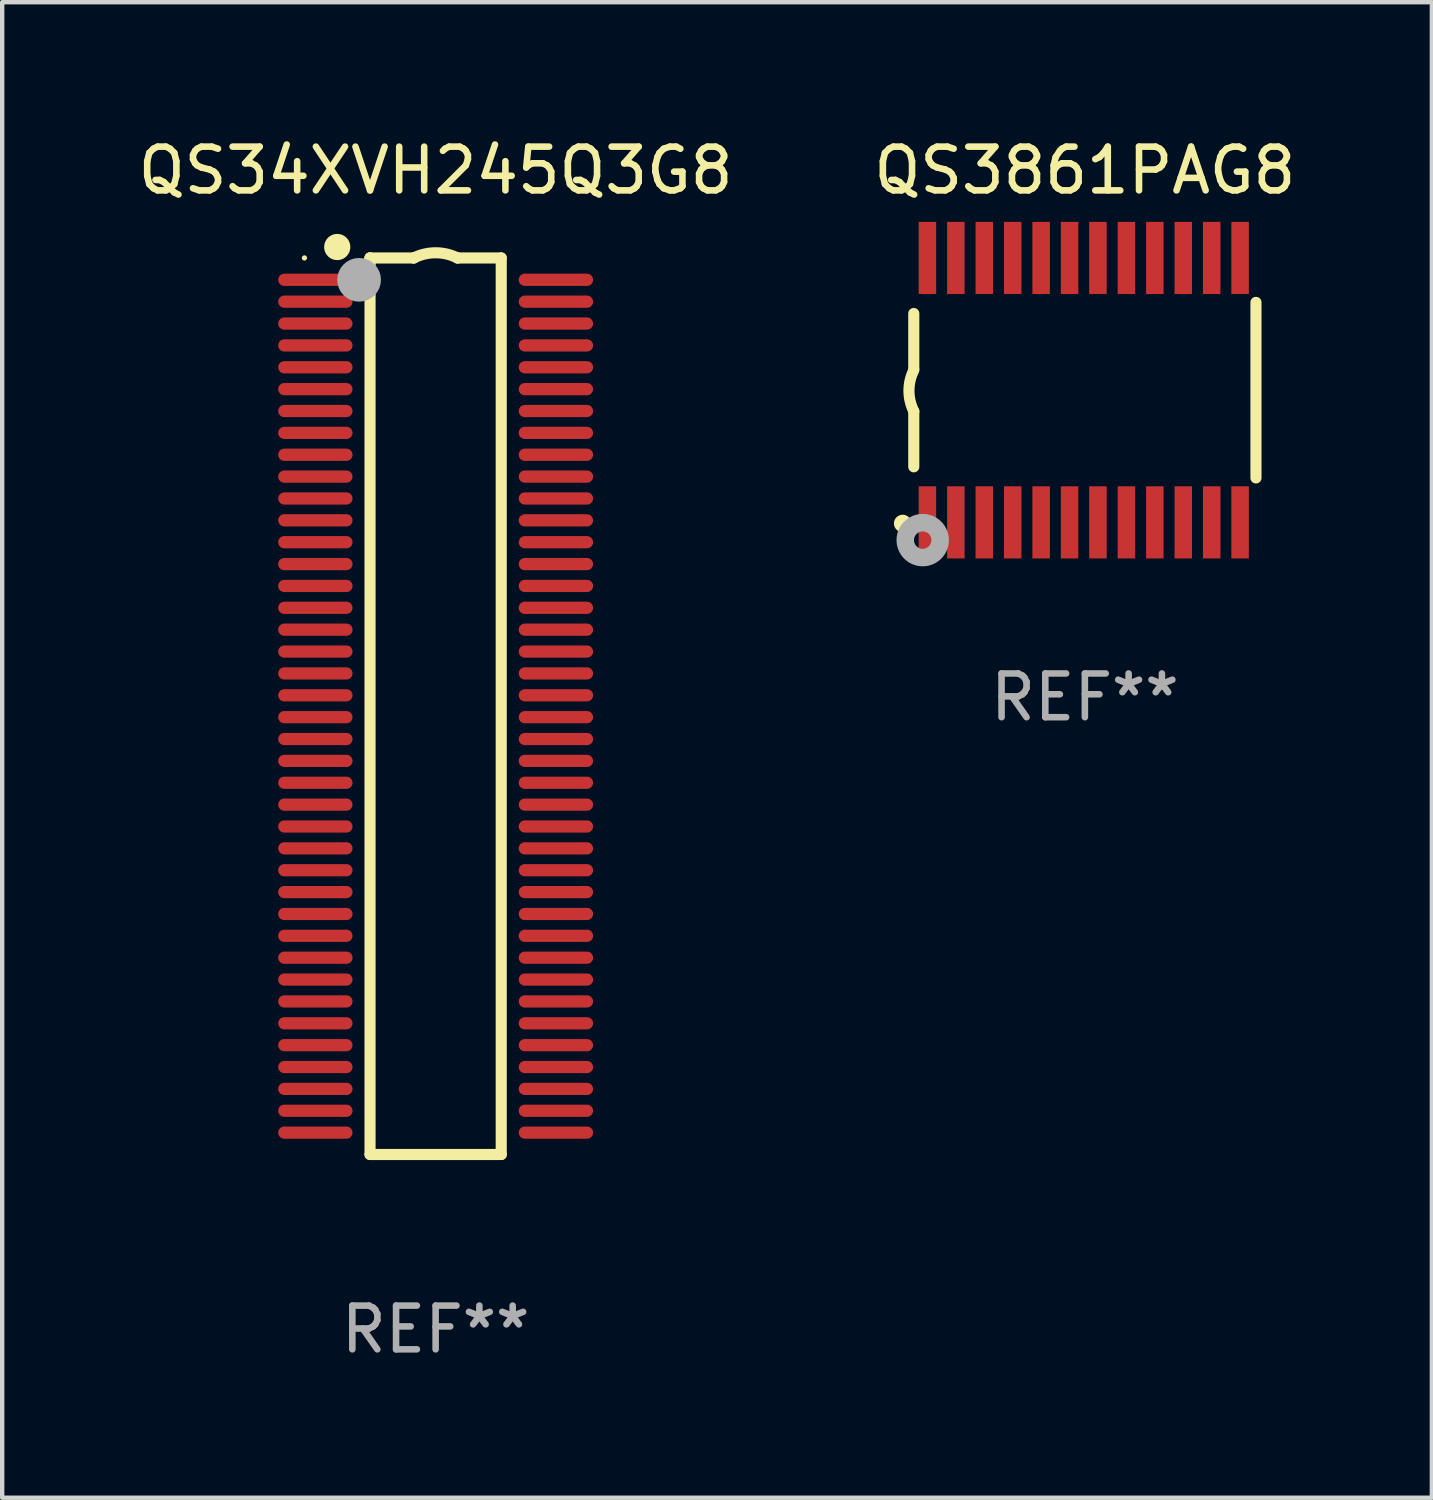
<source format=kicad_pcb>
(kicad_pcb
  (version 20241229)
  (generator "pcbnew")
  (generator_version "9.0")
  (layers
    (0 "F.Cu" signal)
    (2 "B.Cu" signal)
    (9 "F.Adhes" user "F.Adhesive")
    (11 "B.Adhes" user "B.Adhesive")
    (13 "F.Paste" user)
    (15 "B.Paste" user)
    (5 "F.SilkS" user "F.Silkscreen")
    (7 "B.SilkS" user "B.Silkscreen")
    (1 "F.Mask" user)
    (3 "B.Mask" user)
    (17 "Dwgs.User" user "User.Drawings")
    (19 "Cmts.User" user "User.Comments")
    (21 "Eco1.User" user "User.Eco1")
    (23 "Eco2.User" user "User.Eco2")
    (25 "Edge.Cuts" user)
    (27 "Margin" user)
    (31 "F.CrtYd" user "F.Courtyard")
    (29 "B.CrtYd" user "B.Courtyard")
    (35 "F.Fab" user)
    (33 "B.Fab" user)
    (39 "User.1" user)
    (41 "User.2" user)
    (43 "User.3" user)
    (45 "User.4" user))
  (footprint "QS34XVH245Q3G8"
    (layer "F.Cu")
    (at 6.911 13.098)
    (property "Reference" "QS34XVH245Q3G8" (at 0 -12.25 0) (layer "F.SilkS") (effects (font (size 1 1) (thickness 0.15))))
    (attr through_hole)
    (fp_line (start -1.5 -10.25) (end -1.5 -10.25) (stroke (width 0.254) (type solid)) (layer "F.SilkS"))
    (fp_line (start -1.5 -10.25) (end -0.5 -10.25) (stroke (width 0.254) (type solid)) (layer "F.SilkS"))
    (fp_line (start -1.5 10.25) (end -1.5 -10.25) (stroke (width 0.254) (type solid)) (layer "F.SilkS"))
    (fp_line (start -0.5 -10.25) (end -0.5 -10.25) (stroke (width 0.254) (type solid)) (layer "F.SilkS"))
    (fp_line (start 0.5 -10.25) (end 0.5 -10.25) (stroke (width 0.254) (type solid)) (layer "F.SilkS"))
    (fp_line (start 0.5 -10.25) (end 1.5 -10.25) (stroke (width 0.254) (type solid)) (layer "F.SilkS"))
    (fp_line (start 1.5 -10.25) (end 1.5 10.25) (stroke (width 0.254) (type solid)) (layer "F.SilkS"))
    (fp_line (start 1.5 10.25) (end -1.5 10.25) (stroke (width 0.254) (type solid)) (layer "F.SilkS"))
    (fp_arc (start -0.500381 -10.249962) (mid 0 -10.368126) (end 0.500381 -10.249962) (stroke (width 0.254001) (type solid)) (layer "F.SilkS"))
    (fp_circle (center -3 -10.25) (end -2.97 -10.25) (stroke (width 0.06) (type solid)) (fill no) (layer "F.SilkS"))
    (fp_circle (center -2.25 -10.5) (end -2.1 -10.5) (stroke (width 0.3) (type solid)) (fill no) (layer "F.SilkS"))
    (fp_circle (center -1.75 -9.75) (end -1.5 -9.75) (stroke (width 0.5) (type solid)) (fill no) (layer "F.Fab"))
    (fp_text user "REF**" (at 0 14.25 0) (layer "F.Fab") (effects (font (size 1 1) (thickness 0.15))))
    (pad "1" smd oval (at -2.75 -9.75 180) (size 1.7 0.28) (layers "F.Cu" "F.Mask" "F.Paste"))
    (pad "2" smd oval (at -2.75 -9.25 180) (size 1.7 0.28) (layers "F.Cu" "F.Mask" "F.Paste"))
    (pad "3" smd oval (at -2.75 -8.75 180) (size 1.7 0.28) (layers "F.Cu" "F.Mask" "F.Paste"))
    (pad "4" smd oval (at -2.75 -8.25 180) (size 1.7 0.28) (layers "F.Cu" "F.Mask" "F.Paste"))
    (pad "5" smd oval (at -2.75 -7.75 180) (size 1.7 0.28) (layers "F.Cu" "F.Mask" "F.Paste"))
    (pad "6" smd oval (at -2.75 -7.25 180) (size 1.7 0.28) (layers "F.Cu" "F.Mask" "F.Paste"))
    (pad "7" smd oval (at -2.75 -6.75 180) (size 1.7 0.28) (layers "F.Cu" "F.Mask" "F.Paste"))
    (pad "8" smd oval (at -2.75 -6.25 180) (size 1.7 0.28) (layers "F.Cu" "F.Mask" "F.Paste"))
    (pad "9" smd oval (at -2.75 -5.75 180) (size 1.7 0.28) (layers "F.Cu" "F.Mask" "F.Paste"))
    (pad "10" smd oval (at -2.75 -5.25 180) (size 1.7 0.28) (layers "F.Cu" "F.Mask" "F.Paste"))
    (pad "11" smd oval (at -2.75 -4.75 180) (size 1.7 0.28) (layers "F.Cu" "F.Mask" "F.Paste"))
    (pad "12" smd oval (at -2.75 -4.25 180) (size 1.7 0.28) (layers "F.Cu" "F.Mask" "F.Paste"))
    (pad "13" smd oval (at -2.75 -3.75 180) (size 1.7 0.28) (layers "F.Cu" "F.Mask" "F.Paste"))
    (pad "14" smd oval (at -2.75 -3.25 180) (size 1.7 0.28) (layers "F.Cu" "F.Mask" "F.Paste"))
    (pad "15" smd oval (at -2.75 -2.75 180) (size 1.7 0.28) (layers "F.Cu" "F.Mask" "F.Paste"))
    (pad "16" smd oval (at -2.75 -2.25 180) (size 1.7 0.28) (layers "F.Cu" "F.Mask" "F.Paste"))
    (pad "17" smd oval (at -2.75 -1.75 180) (size 1.7 0.28) (layers "F.Cu" "F.Mask" "F.Paste"))
    (pad "18" smd oval (at -2.75 -1.25 180) (size 1.7 0.28) (layers "F.Cu" "F.Mask" "F.Paste"))
    (pad "19" smd oval (at -2.75 -0.75 180) (size 1.7 0.28) (layers "F.Cu" "F.Mask" "F.Paste"))
    (pad "20" smd oval (at -2.75 -0.25 180) (size 1.7 0.28) (layers "F.Cu" "F.Mask" "F.Paste"))
    (pad "21" smd oval (at -2.75 0.25) (size 1.7 0.28) (layers "F.Cu" "F.Mask" "F.Paste"))
    (pad "22" smd oval (at -2.75 0.75) (size 1.7 0.28) (layers "F.Cu" "F.Mask" "F.Paste"))
    (pad "23" smd oval (at -2.75 1.25) (size 1.7 0.28) (layers "F.Cu" "F.Mask" "F.Paste"))
    (pad "24" smd oval (at -2.75 1.75) (size 1.7 0.28) (layers "F.Cu" "F.Mask" "F.Paste"))
    (pad "25" smd oval (at -2.75 2.25) (size 1.7 0.28) (layers "F.Cu" "F.Mask" "F.Paste"))
    (pad "26" smd oval (at -2.75 2.75) (size 1.7 0.28) (layers "F.Cu" "F.Mask" "F.Paste"))
    (pad "27" smd oval (at -2.75 3.25) (size 1.7 0.28) (layers "F.Cu" "F.Mask" "F.Paste"))
    (pad "28" smd oval (at -2.75 3.75) (size 1.7 0.28) (layers "F.Cu" "F.Mask" "F.Paste"))
    (pad "29" smd oval (at -2.75 4.25) (size 1.7 0.28) (layers "F.Cu" "F.Mask" "F.Paste"))
    (pad "30" smd oval (at -2.75 4.75) (size 1.7 0.28) (layers "F.Cu" "F.Mask" "F.Paste"))
    (pad "31" smd oval (at -2.75 5.25) (size 1.7 0.28) (layers "F.Cu" "F.Mask" "F.Paste"))
    (pad "32" smd oval (at -2.75 5.75) (size 1.7 0.28) (layers "F.Cu" "F.Mask" "F.Paste"))
    (pad "33" smd oval (at -2.75 6.25) (size 1.7 0.28) (layers "F.Cu" "F.Mask" "F.Paste"))
    (pad "34" smd oval (at -2.75 6.75) (size 1.7 0.28) (layers "F.Cu" "F.Mask" "F.Paste"))
    (pad "35" smd oval (at -2.75 7.25) (size 1.7 0.28) (layers "F.Cu" "F.Mask" "F.Paste"))
    (pad "36" smd oval (at -2.75 7.75) (size 1.7 0.28) (layers "F.Cu" "F.Mask" "F.Paste"))
    (pad "37" smd oval (at -2.75 8.25) (size 1.7 0.28) (layers "F.Cu" "F.Mask" "F.Paste"))
    (pad "38" smd oval (at -2.75 8.75) (size 1.7 0.28) (layers "F.Cu" "F.Mask" "F.Paste"))
    (pad "39" smd oval (at -2.75 9.25) (size 1.7 0.28) (layers "F.Cu" "F.Mask" "F.Paste"))
    (pad "40" smd oval (at -2.75 9.75) (size 1.7 0.28) (layers "F.Cu" "F.Mask" "F.Paste"))
    (pad "41" smd oval (at 2.75 9.75) (size 1.7 0.28) (layers "F.Cu" "F.Mask" "F.Paste"))
    (pad "42" smd oval (at 2.75 9.25) (size 1.7 0.28) (layers "F.Cu" "F.Mask" "F.Paste"))
    (pad "43" smd oval (at 2.75 8.75) (size 1.7 0.28) (layers "F.Cu" "F.Mask" "F.Paste"))
    (pad "44" smd oval (at 2.75 8.25) (size 1.7 0.28) (layers "F.Cu" "F.Mask" "F.Paste"))
    (pad "45" smd oval (at 2.75 7.75) (size 1.7 0.28) (layers "F.Cu" "F.Mask" "F.Paste"))
    (pad "46" smd oval (at 2.75 7.25) (size 1.7 0.28) (layers "F.Cu" "F.Mask" "F.Paste"))
    (pad "47" smd oval (at 2.75 6.75) (size 1.7 0.28) (layers "F.Cu" "F.Mask" "F.Paste"))
    (pad "48" smd oval (at 2.75 6.25) (size 1.7 0.28) (layers "F.Cu" "F.Mask" "F.Paste"))
    (pad "49" smd oval (at 2.75 5.75) (size 1.7 0.28) (layers "F.Cu" "F.Mask" "F.Paste"))
    (pad "50" smd oval (at 2.75 5.25) (size 1.7 0.28) (layers "F.Cu" "F.Mask" "F.Paste"))
    (pad "51" smd oval (at 2.75 4.75) (size 1.7 0.28) (layers "F.Cu" "F.Mask" "F.Paste"))
    (pad "52" smd oval (at 2.75 4.25) (size 1.7 0.28) (layers "F.Cu" "F.Mask" "F.Paste"))
    (pad "53" smd oval (at 2.75 3.75) (size 1.7 0.28) (layers "F.Cu" "F.Mask" "F.Paste"))
    (pad "54" smd oval (at 2.75 3.25) (size 1.7 0.28) (layers "F.Cu" "F.Mask" "F.Paste"))
    (pad "55" smd oval (at 2.75 2.75) (size 1.7 0.28) (layers "F.Cu" "F.Mask" "F.Paste"))
    (pad "56" smd oval (at 2.75 2.25) (size 1.7 0.28) (layers "F.Cu" "F.Mask" "F.Paste"))
    (pad "57" smd oval (at 2.75 1.75) (size 1.7 0.28) (layers "F.Cu" "F.Mask" "F.Paste"))
    (pad "58" smd oval (at 2.75 1.25) (size 1.7 0.28) (layers "F.Cu" "F.Mask" "F.Paste"))
    (pad "59" smd oval (at 2.75 0.75) (size 1.7 0.28) (layers "F.Cu" "F.Mask" "F.Paste"))
    (pad "60" smd oval (at 2.75 0.25) (size 1.7 0.28) (layers "F.Cu" "F.Mask" "F.Paste"))
    (pad "61" smd oval (at 2.75 -0.25) (size 1.7 0.28) (layers "F.Cu" "F.Mask" "F.Paste"))
    (pad "62" smd oval (at 2.75 -0.75) (size 1.7 0.28) (layers "F.Cu" "F.Mask" "F.Paste"))
    (pad "63" smd oval (at 2.75 -1.25) (size 1.7 0.28) (layers "F.Cu" "F.Mask" "F.Paste"))
    (pad "64" smd oval (at 2.75 -1.75) (size 1.7 0.28) (layers "F.Cu" "F.Mask" "F.Paste"))
    (pad "65" smd oval (at 2.75 -2.25) (size 1.7 0.28) (layers "F.Cu" "F.Mask" "F.Paste"))
    (pad "66" smd oval (at 2.75 -2.75) (size 1.7 0.28) (layers "F.Cu" "F.Mask" "F.Paste"))
    (pad "67" smd oval (at 2.75 -3.25) (size 1.7 0.28) (layers "F.Cu" "F.Mask" "F.Paste"))
    (pad "68" smd oval (at 2.75 -3.75) (size 1.7 0.28) (layers "F.Cu" "F.Mask" "F.Paste"))
    (pad "69" smd oval (at 2.75 -4.25) (size 1.7 0.28) (layers "F.Cu" "F.Mask" "F.Paste"))
    (pad "70" smd oval (at 2.75 -4.75) (size 1.7 0.28) (layers "F.Cu" "F.Mask" "F.Paste"))
    (pad "71" smd oval (at 2.75 -5.25) (size 1.7 0.28) (layers "F.Cu" "F.Mask" "F.Paste"))
    (pad "72" smd oval (at 2.75 -5.75) (size 1.7 0.28) (layers "F.Cu" "F.Mask" "F.Paste"))
    (pad "73" smd oval (at 2.75 -6.25) (size 1.7 0.28) (layers "F.Cu" "F.Mask" "F.Paste"))
    (pad "74" smd oval (at 2.75 -6.75) (size 1.7 0.28) (layers "F.Cu" "F.Mask" "F.Paste"))
    (pad "75" smd oval (at 2.75 -7.25) (size 1.7 0.28) (layers "F.Cu" "F.Mask" "F.Paste"))
    (pad "76" smd oval (at 2.75 -7.75) (size 1.7 0.28) (layers "F.Cu" "F.Mask" "F.Paste"))
    (pad "77" smd oval (at 2.75 -8.25) (size 1.7 0.28) (layers "F.Cu" "F.Mask" "F.Paste"))
    (pad "78" smd oval (at 2.75 -8.75) (size 1.7 0.28) (layers "F.Cu" "F.Mask" "F.Paste"))
    (pad "79" smd oval (at 2.75 -9.25) (size 1.7 0.28) (layers "F.Cu" "F.Mask" "F.Paste"))
    (pad "80" smd oval (at 2.75 -9.75) (size 1.7 0.28) (layers "F.Cu" "F.Mask" "F.Paste")))
  (footprint "QS3861PAG8"
    (layer "F.Cu")
    (at 21.756 5.871)
    (property "Reference" "QS3861PAG8" (at 0 -5.023 0) (layer "F.SilkS") (effects (font (size 1 1) (thickness 0.15))))
    (attr through_hole)
    (fp_line (start -3.912 -0.483) (end -3.912 -1.753) (stroke (width 0.254) (type solid)) (layer "F.SilkS"))
    (fp_line (start -3.912 1.753) (end -3.912 0.483) (stroke (width 0.254) (type solid)) (layer "F.SilkS"))
    (fp_line (start 3.912 -2.007) (end 3.912 2.007) (stroke (width 0.254) (type solid)) (layer "F.SilkS"))
    (fp_arc (start -3.911608 0.482601) (mid -4.022537 0.0127) (end -3.911608 -0.457201) (stroke (width 0.254001) (type solid)) (layer "F.SilkS"))
    (fp_circle (center -4.166 3.048) (end -4.066 3.048) (stroke (width 0.2) (type solid)) (fill no) (layer "F.SilkS"))
    (fp_circle (center -3.925 3.186) (end -3.895 3.186) (stroke (width 0.06) (type solid)) (fill no) (layer "F.SilkS"))
    (fp_circle (center -3.708 3.429) (end -3.509 3.429) (stroke (width 0.4) (type solid)) (fill no) (layer "F.Fab"))
    (fp_text user "REF**" (at 0 7.023 0) (layer "F.Fab") (effects (font (size 1 1) (thickness 0.15))))
    (pad "1" smd rect (at -3.6 3.023) (size 0.4 1.65) (layers "F.Cu" "F.Mask" "F.Paste"))
    (pad "2" smd rect (at -2.95 3.023) (size 0.4 1.65) (layers "F.Cu" "F.Mask" "F.Paste"))
    (pad "3" smd rect (at -2.3 3.023) (size 0.4 1.65) (layers "F.Cu" "F.Mask" "F.Paste"))
    (pad "4" smd rect (at -1.65 3.023) (size 0.4 1.65) (layers "F.Cu" "F.Mask" "F.Paste"))
    (pad "5" smd rect (at -1 3.023) (size 0.4 1.65) (layers "F.Cu" "F.Mask" "F.Paste"))
    (pad "6" smd rect (at -0.35 3.023) (size 0.4 1.65) (layers "F.Cu" "F.Mask" "F.Paste"))
    (pad "7" smd rect (at 0.299 3.023) (size 0.4 1.65) (layers "F.Cu" "F.Mask" "F.Paste"))
    (pad "8" smd rect (at 0.95 3.023) (size 0.4 1.65) (layers "F.Cu" "F.Mask" "F.Paste"))
    (pad "9" smd rect (at 1.6 3.023) (size 0.4 1.65) (layers "F.Cu" "F.Mask" "F.Paste"))
    (pad "10" smd rect (at 2.25 3.023) (size 0.4 1.65) (layers "F.Cu" "F.Mask" "F.Paste"))
    (pad "11" smd rect (at 2.9 3.023) (size 0.4 1.65) (layers "F.Cu" "F.Mask" "F.Paste"))
    (pad "12" smd rect (at 3.549 3.023) (size 0.4 1.65) (layers "F.Cu" "F.Mask" "F.Paste"))
    (pad "13" smd rect (at 3.549 -3.023) (size 0.4 1.65) (layers "F.Cu" "F.Mask" "F.Paste"))
    (pad "14" smd rect (at 2.9 -3.023) (size 0.4 1.65) (layers "F.Cu" "F.Mask" "F.Paste"))
    (pad "15" smd rect (at 2.25 -3.023) (size 0.4 1.65) (layers "F.Cu" "F.Mask" "F.Paste"))
    (pad "16" smd rect (at 1.6 -3.023) (size 0.4 1.65) (layers "F.Cu" "F.Mask" "F.Paste"))
    (pad "17" smd rect (at 0.95 -3.023) (size 0.4 1.65) (layers "F.Cu" "F.Mask" "F.Paste"))
    (pad "18" smd rect (at 0.299 -3.023) (size 0.4 1.65) (layers "F.Cu" "F.Mask" "F.Paste"))
    (pad "19" smd rect (at -0.35 -3.023) (size 0.4 1.65) (layers "F.Cu" "F.Mask" "F.Paste"))
    (pad "20" smd rect (at -1 -3.023) (size 0.4 1.65) (layers "F.Cu" "F.Mask" "F.Paste"))
    (pad "21" smd rect (at -1.65 -3.023) (size 0.4 1.65) (layers "F.Cu" "F.Mask" "F.Paste"))
    (pad "22" smd rect (at -2.3 -3.023) (size 0.4 1.65) (layers "F.Cu" "F.Mask" "F.Paste"))
    (pad "23" smd rect (at -2.95 -3.023) (size 0.4 1.65) (layers "F.Cu" "F.Mask" "F.Paste"))
    (pad "24" smd rect (at -3.6 -3.023) (size 0.4 1.65) (layers "F.Cu" "F.Mask" "F.Paste")))
  (gr_rect
    (start -3 -3)
    (end 29.69 31.196)
    (stroke (width 0.1) (type default))
    (fill no)
    (layer "Edge.Cuts")))
</source>
